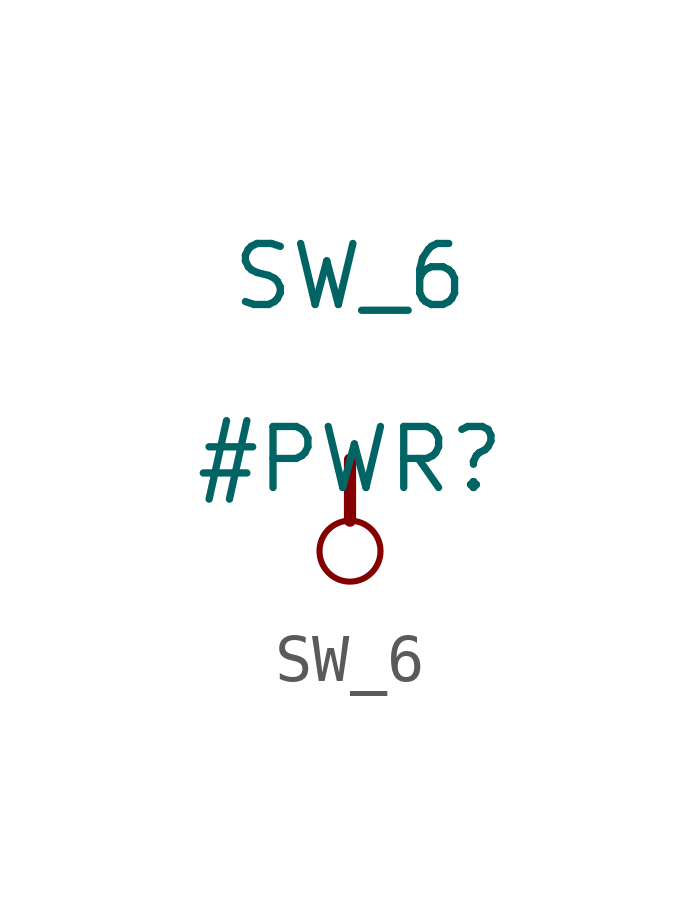
<source format=kicad_sym>
(kicad_symbol_lib
  (version 20211014)
  (generator kicad_symbol_editor)
  (symbol "SW_6"
    (power)
    (property "Reference" "#PWR"
      (at 0 0 0)
      (effects (font (size 1.27 1.27))))
    (property "Value" "SW_6"
      (at 0 3.81 0)
      (effects (font (size 1.27 1.27))))
    (symbol "SW_6_0_0"
      (circle (center 0 -1.905) (radius 0.635) (stroke (width 0.127) (type default) (color 0 0 0 0)) (fill (type none)))
      (polyline (pts (xy 0 0) (xy 0 -1.27)) (stroke (width 0.254) (type default) (color 0 0 0 0)) (fill (type none)))
      (pin power_in line (at 0 0 0) (length 0) hide (name "SW_6" (effects (font (size 1.27 1.27)))) (number "" (effects (font (size 1.27 1.27))))))))
</source>
